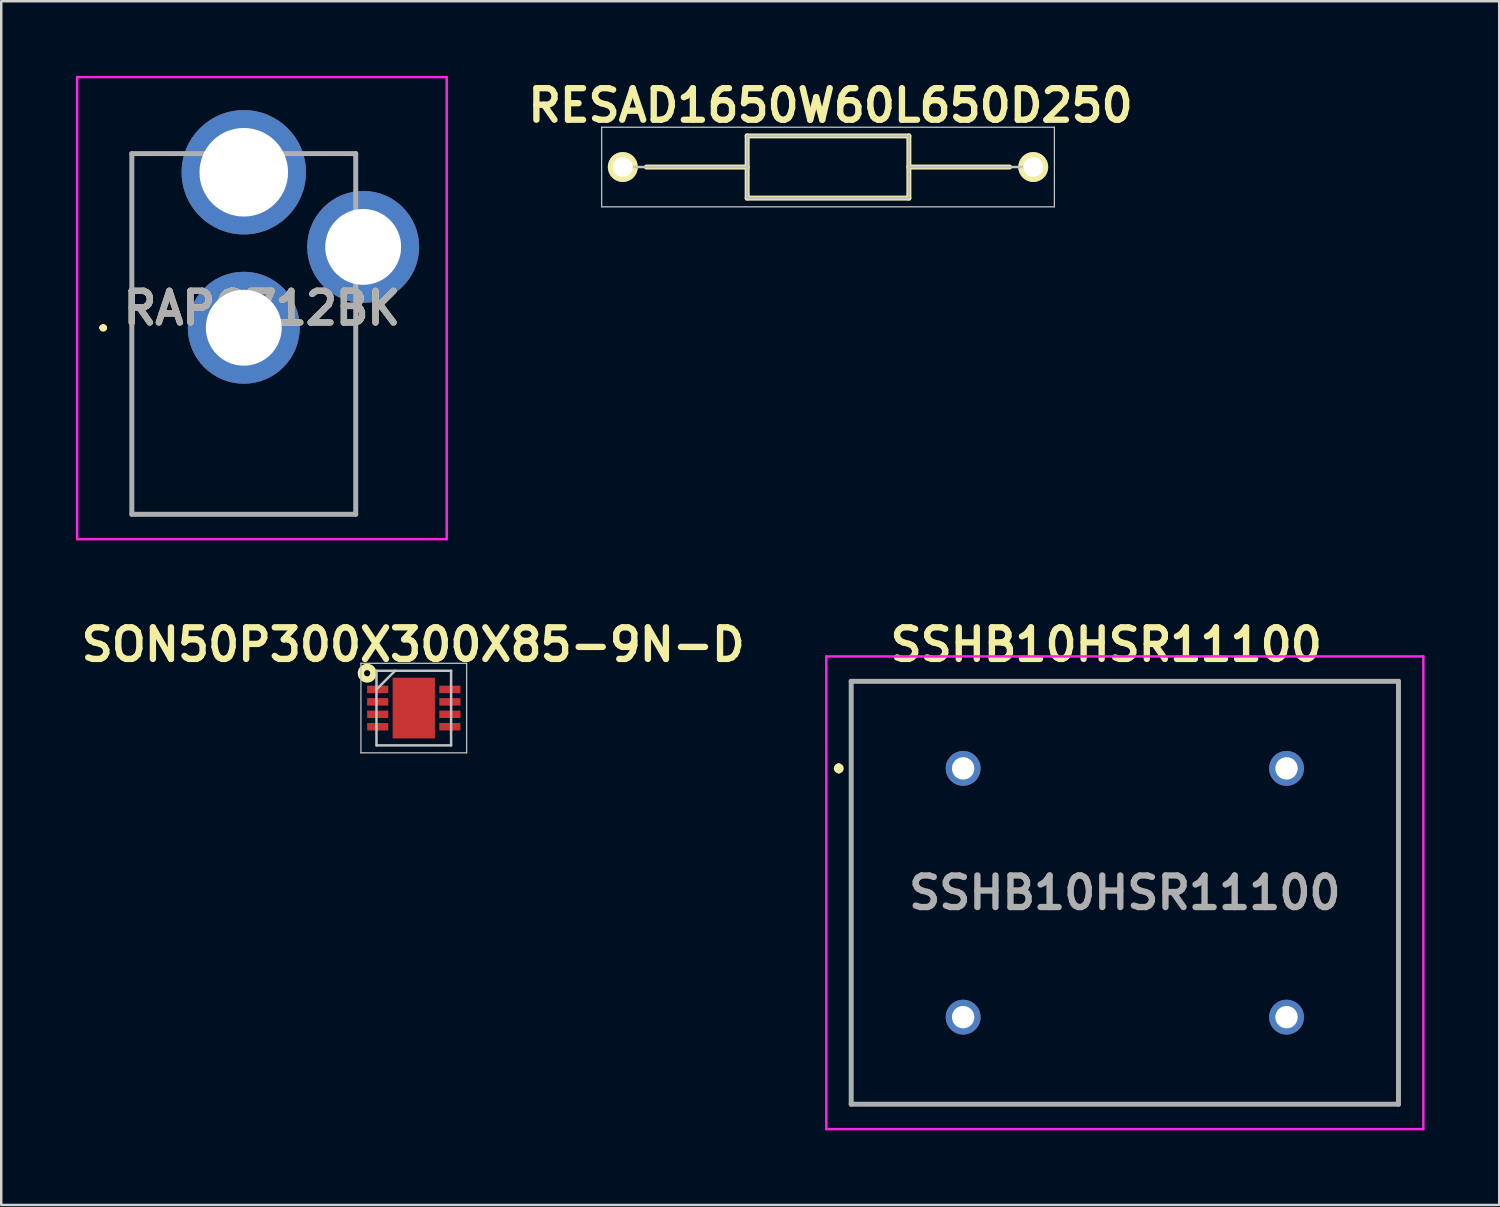
<source format=kicad_pcb>
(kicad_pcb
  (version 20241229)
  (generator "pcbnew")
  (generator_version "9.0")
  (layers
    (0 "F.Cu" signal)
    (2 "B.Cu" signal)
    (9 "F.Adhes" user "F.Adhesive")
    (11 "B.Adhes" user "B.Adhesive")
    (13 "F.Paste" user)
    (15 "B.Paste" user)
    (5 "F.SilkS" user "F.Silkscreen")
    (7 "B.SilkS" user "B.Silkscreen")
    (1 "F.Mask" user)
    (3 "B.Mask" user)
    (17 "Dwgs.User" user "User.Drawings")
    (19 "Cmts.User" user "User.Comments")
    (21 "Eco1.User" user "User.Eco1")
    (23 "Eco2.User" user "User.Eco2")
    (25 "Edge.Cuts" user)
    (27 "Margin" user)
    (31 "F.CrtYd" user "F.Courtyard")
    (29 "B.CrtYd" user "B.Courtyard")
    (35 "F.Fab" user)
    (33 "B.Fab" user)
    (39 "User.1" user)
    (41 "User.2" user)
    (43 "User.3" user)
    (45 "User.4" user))
  (footprint "RAPC712BK"
    (layer "F.Cu")
    (at 6.75 17.615)
    (property "Reference" "RAPC712BK" (at 0.728 -8.277 0) (layer "F.SilkS") (effects (font (size 1.27 1.27) (thickness 0.254))))
    (attr through_hole)
    (fp_line (start -5.7 -7.49) (end -5.7 -7.49) (stroke (width 0.2) (type solid)) (layer "F.SilkS"))
    (fp_line (start -5.7 -7.49) (end -5.7 -7.49) (stroke (width 0.2) (type solid)) (layer "F.SilkS"))
    (fp_line (start -5.6 -7.49) (end -5.6 -7.49) (stroke (width 0.2) (type solid)) (layer "F.SilkS"))
    (fp_line (start -4.5 -14.49) (end -4.5 -14.49) (stroke (width 0.1) (type solid)) (layer "F.SilkS"))
    (fp_line (start -4.5 -14.49) (end -4.5 -14.49) (stroke (width 0.1) (type solid)) (layer "F.SilkS"))
    (fp_line (start -4.5 -14.49) (end -4.5 0.01) (stroke (width 0.1) (type solid)) (layer "F.SilkS"))
    (fp_line (start -4.5 -14.49) (end -3.25 -14.49) (stroke (width 0.1) (type solid)) (layer "F.SilkS"))
    (fp_line (start -4.5 0.01) (end -4.5 -14.49) (stroke (width 0.1) (type solid)) (layer "F.SilkS"))
    (fp_line (start -4.5 0.01) (end -4.5 0.01) (stroke (width 0.1) (type solid)) (layer "F.SilkS"))
    (fp_line (start -4.5 0.01) (end -4.5 0.01) (stroke (width 0.1) (type solid)) (layer "F.SilkS"))
    (fp_line (start -4.5 0.01) (end 4.5 0.01) (stroke (width 0.1) (type solid)) (layer "F.SilkS"))
    (fp_line (start -3.25 -14.49) (end -4.5 -14.49) (stroke (width 0.1) (type solid)) (layer "F.SilkS"))
    (fp_line (start -3.25 -14.49) (end -3.25 -14.49) (stroke (width 0.1) (type solid)) (layer "F.SilkS"))
    (fp_line (start 3.5 -14.49) (end 3.5 -14.49) (stroke (width 0.1) (type solid)) (layer "F.SilkS"))
    (fp_line (start 3.5 -14.49) (end 4.5 -14.49) (stroke (width 0.1) (type solid)) (layer "F.SilkS"))
    (fp_line (start 4.5 -14.49) (end 3.5 -14.49) (stroke (width 0.1) (type solid)) (layer "F.SilkS"))
    (fp_line (start 4.5 -14.49) (end 4.5 -14.49) (stroke (width 0.1) (type solid)) (layer "F.SilkS"))
    (fp_line (start 4.5 -14.49) (end 4.5 -14.49) (stroke (width 0.1) (type solid)) (layer "F.SilkS"))
    (fp_line (start 4.5 -14.49) (end 4.5 -13.74) (stroke (width 0.1) (type solid)) (layer "F.SilkS"))
    (fp_line (start 4.5 -13.74) (end 4.5 -14.49) (stroke (width 0.1) (type solid)) (layer "F.SilkS"))
    (fp_line (start 4.5 -13.74) (end 4.5 -13.74) (stroke (width 0.1) (type solid)) (layer "F.SilkS"))
    (fp_line (start 4.5 -7.74) (end 4.5 -7.74) (stroke (width 0.1) (type solid)) (layer "F.SilkS"))
    (fp_line (start 4.5 -7.74) (end 4.5 0.01) (stroke (width 0.1) (type solid)) (layer "F.SilkS"))
    (fp_line (start 4.5 0.01) (end -4.5 0.01) (stroke (width 0.1) (type solid)) (layer "F.SilkS"))
    (fp_line (start 4.5 0.01) (end 4.5 -7.74) (stroke (width 0.1) (type solid)) (layer "F.SilkS"))
    (fp_line (start 4.5 0.01) (end 4.5 0.01) (stroke (width 0.1) (type solid)) (layer "F.SilkS"))
    (fp_line (start 4.5 0.01) (end 4.5 0.01) (stroke (width 0.1) (type solid)) (layer "F.SilkS"))
    (fp_arc (start -5.7 -7.49) (mid -5.65 -7.54) (end -5.6 -7.49) (stroke (width 0.2) (type solid)) (layer "F.SilkS"))
    (fp_arc (start -5.6 -7.49) (mid -5.65 -7.44) (end -5.7 -7.49) (stroke (width 0.2) (type solid)) (layer "F.SilkS"))
    (fp_arc (start -5.6 -7.49) (mid -5.65 -7.44) (end -5.7 -7.49) (stroke (width 0.2) (type solid)) (layer "F.SilkS"))
    (fp_line (start -6.7 -17.565) (end 8.157 -17.565) (stroke (width 0.1) (type solid)) (layer "F.CrtYd"))
    (fp_line (start -6.7 1.01) (end -6.7 -17.565) (stroke (width 0.1) (type solid)) (layer "F.CrtYd"))
    (fp_line (start 8.157 -17.565) (end 8.157 1.01) (stroke (width 0.1) (type solid)) (layer "F.CrtYd"))
    (fp_line (start 8.157 1.01) (end -6.7 1.01) (stroke (width 0.1) (type solid)) (layer "F.CrtYd"))
    (fp_line (start -4.5 -14.49) (end -4.5 0.01) (stroke (width 0.2) (type solid)) (layer "F.Fab"))
    (fp_line (start -4.5 0.01) (end 4.5 0.01) (stroke (width 0.2) (type solid)) (layer "F.Fab"))
    (fp_line (start 4.5 -14.49) (end -4.5 -14.49) (stroke (width 0.2) (type solid)) (layer "F.Fab"))
    (fp_line (start 4.5 0.01) (end 4.5 -14.49) (stroke (width 0.2) (type solid)) (layer "F.Fab"))
    (fp_text user "${REFERENCE}" (at 0.728 -8.277 0) (layer "F.Fab") (effects (font (size 1.27 1.27) (thickness 0.254))))
    (pad "1" thru_hole circle (at 0 -7.49) (size 4.5 4.5) (drill 3.05) (layers "*.Cu" "*.Mask"))
    (pad "2" thru_hole circle (at 0 -13.74) (size 5 5) (drill 3.56) (layers "*.Cu" "*.Mask"))
    (pad "3" thru_hole circle (at 4.8 -10.74) (size 4.5 4.5) (drill 3.05) (layers "*.Cu" "*.Mask")))
  (footprint "SON50P300X300X85-9N-D"
    (layer "F.Cu")
    (at 13.584 25.414)
    (property "Reference" "SON50P300X300X85-9N-D" (at -0.025 -2.55 0) (layer "F.SilkS") (effects (font (size 1.27 1.27) (thickness 0.254))))
    (attr smd)
    (fp_circle (center -1.875 -1.4) (end -1.75 -1.4) (stroke (width 0.254) (type solid)) (fill no) (layer "F.SilkS"))
    (fp_line (start -2.125 -1.8) (end 2.125 -1.8) (stroke (width 0.05) (type solid)) (layer "Dwgs.User"))
    (fp_line (start -2.125 1.8) (end -2.125 -1.8) (stroke (width 0.05) (type solid)) (layer "Dwgs.User"))
    (fp_line (start -1.5 -1.5) (end 1.5 -1.5) (stroke (width 0.1) (type solid)) (layer "Dwgs.User"))
    (fp_line (start -1.5 -0.75) (end -0.75 -1.5) (stroke (width 0.1) (type solid)) (layer "Dwgs.User"))
    (fp_line (start -1.5 1.5) (end -1.5 -1.5) (stroke (width 0.1) (type solid)) (layer "Dwgs.User"))
    (fp_line (start 1.5 -1.5) (end 1.5 1.5) (stroke (width 0.1) (type solid)) (layer "Dwgs.User"))
    (fp_line (start 1.5 1.5) (end -1.5 1.5) (stroke (width 0.1) (type solid)) (layer "Dwgs.User"))
    (fp_line (start 2.125 -1.8) (end 2.125 1.8) (stroke (width 0.05) (type solid)) (layer "Dwgs.User"))
    (fp_line (start 2.125 1.8) (end -2.125 1.8) (stroke (width 0.05) (type solid)) (layer "Dwgs.User"))
    (pad "1" smd rect (at -1.45 -0.75 90) (size 0.3 0.85) (layers "F.Cu" "F.Mask" "F.Paste"))
    (pad "2" smd rect (at -1.45 -0.25 90) (size 0.3 0.85) (layers "F.Cu" "F.Mask" "F.Paste"))
    (pad "3" smd rect (at -1.45 0.25 90) (size 0.3 0.85) (layers "F.Cu" "F.Mask" "F.Paste"))
    (pad "4" smd rect (at -1.45 0.75 90) (size 0.3 0.85) (layers "F.Cu" "F.Mask" "F.Paste"))
    (pad "5" smd rect (at 1.45 0.75 90) (size 0.3 0.85) (layers "F.Cu" "F.Mask" "F.Paste"))
    (pad "6" smd rect (at 1.45 0.25 90) (size 0.3 0.85) (layers "F.Cu" "F.Mask" "F.Paste"))
    (pad "7" smd rect (at 1.45 -0.25 90) (size 0.3 0.85) (layers "F.Cu" "F.Mask" "F.Paste"))
    (pad "8" smd rect (at 1.45 -0.75 90) (size 0.3 0.85) (layers "F.Cu" "F.Mask" "F.Paste"))
    (pad "9" smd rect (at 0 0) (size 1.7 2.44) (layers "F.Cu" "F.Mask" "F.Paste")))
  (footprint "SSHB10HSR11100"
    (layer "F.Cu")
    (at 35.668 27.839)
    (property "Reference" "SSHB10HSR11100" (at 5.75 -4.975 0) (layer "F.SilkS") (effects (font (size 1.27 1.27) (thickness 0.254))))
    (attr through_hole)
    (fp_line (start -5 -0.1) (end -5 -0.1) (stroke (width 0.2) (type solid)) (layer "F.SilkS"))
    (fp_line (start -5 0.1) (end -5 0.1) (stroke (width 0.2) (type solid)) (layer "F.SilkS"))
    (fp_line (start -4.5 -3.5) (end 17.5 -3.5) (stroke (width 0.1) (type solid)) (layer "F.SilkS"))
    (fp_line (start -4.5 13.5) (end -4.5 -3.5) (stroke (width 0.1) (type solid)) (layer "F.SilkS"))
    (fp_line (start 17.5 -3.5) (end 17.5 13.5) (stroke (width 0.1) (type solid)) (layer "F.SilkS"))
    (fp_line (start 17.5 13.5) (end -4.5 13.5) (stroke (width 0.1) (type solid)) (layer "F.SilkS"))
    (fp_arc (start -5 -0.1) (mid -4.9 0) (end -5 0.1) (stroke (width 0.2) (type solid)) (layer "F.SilkS"))
    (fp_arc (start -5 0.1) (mid -5.1 0) (end -5 -0.1) (stroke (width 0.2) (type solid)) (layer "F.SilkS"))
    (fp_line (start -5.5 -4.5) (end 18.5 -4.5) (stroke (width 0.1) (type solid)) (layer "F.CrtYd"))
    (fp_line (start -5.5 14.5) (end -5.5 -4.5) (stroke (width 0.1) (type solid)) (layer "F.CrtYd"))
    (fp_line (start 18.5 -4.5) (end 18.5 14.5) (stroke (width 0.1) (type solid)) (layer "F.CrtYd"))
    (fp_line (start 18.5 14.5) (end -5.5 14.5) (stroke (width 0.1) (type solid)) (layer "F.CrtYd"))
    (fp_line (start -4.5 -3.5) (end 17.5 -3.5) (stroke (width 0.2) (type solid)) (layer "F.Fab"))
    (fp_line (start -4.5 13.5) (end -4.5 -3.5) (stroke (width 0.2) (type solid)) (layer "F.Fab"))
    (fp_line (start 17.5 -3.5) (end 17.5 13.5) (stroke (width 0.2) (type solid)) (layer "F.Fab"))
    (fp_line (start 17.5 13.5) (end -4.5 13.5) (stroke (width 0.2) (type solid)) (layer "F.Fab"))
    (fp_text user "${REFERENCE}" (at 6.5 5 0) (layer "F.Fab") (effects (font (size 1.27 1.27) (thickness 0.254))))
    (pad "1" thru_hole circle (at 0 0) (size 1.4 1.4) (drill 0.9) (layers "*.Cu" "*.Mask"))
    (pad "2" thru_hole circle (at 0 10) (size 1.4 1.4) (drill 0.9) (layers "*.Cu" "*.Mask"))
    (pad "3" thru_hole circle (at 13 10) (size 1.4 1.4) (drill 0.9) (layers "*.Cu" "*.Mask"))
    (pad "4" thru_hole circle (at 13 0) (size 1.4 1.4) (drill 0.9) (layers "*.Cu" "*.Mask")))
  (footprint "RESAD1650W60L650D250"
    (layer "F.Cu")
    (at 21.986 3.664)
    (property "Reference" "RESAD1650W60L650D250" (at 8.35 -2.475 0) (layer "F.SilkS") (effects (font (size 1.27 1.27) (thickness 0.254))))
    (attr through_hole exclude_from_pos_files)
    (fp_line (start 0.95 0) (end 5 0) (stroke (width 0.2) (type solid)) (layer "F.SilkS"))
    (fp_line (start 5 -1.25) (end 11.5 -1.25) (stroke (width 0.2) (type solid)) (layer "F.SilkS"))
    (fp_line (start 5 1.25) (end 5 -1.25) (stroke (width 0.2) (type solid)) (layer "F.SilkS"))
    (fp_line (start 11.5 -1.25) (end 11.5 1.25) (stroke (width 0.2) (type solid)) (layer "F.SilkS"))
    (fp_line (start 11.5 0) (end 15.55 0) (stroke (width 0.2) (type solid)) (layer "F.SilkS"))
    (fp_line (start 11.5 1.25) (end 5 1.25) (stroke (width 0.2) (type solid)) (layer "F.SilkS"))
    (fp_line (start -0.85 -1.6) (end 17.35 -1.6) (stroke (width 0.05) (type solid)) (layer "Dwgs.User"))
    (fp_line (start -0.85 1.6) (end -0.85 -1.6) (stroke (width 0.05) (type solid)) (layer "Dwgs.User"))
    (fp_line (start 0 0) (end 5 0) (stroke (width 0.1) (type solid)) (layer "Dwgs.User"))
    (fp_line (start 5 -1.25) (end 11.5 -1.25) (stroke (width 0.1) (type solid)) (layer "Dwgs.User"))
    (fp_line (start 5 1.25) (end 5 -1.25) (stroke (width 0.1) (type solid)) (layer "Dwgs.User"))
    (fp_line (start 11.5 -1.25) (end 11.5 1.25) (stroke (width 0.1) (type solid)) (layer "Dwgs.User"))
    (fp_line (start 11.5 0) (end 16.5 0) (stroke (width 0.1) (type solid)) (layer "Dwgs.User"))
    (fp_line (start 11.5 1.25) (end 5 1.25) (stroke (width 0.1) (type solid)) (layer "Dwgs.User"))
    (fp_line (start 17.35 -1.6) (end 17.35 1.6) (stroke (width 0.05) (type solid)) (layer "Dwgs.User"))
    (fp_line (start 17.35 1.6) (end -0.85 1.6) (stroke (width 0.05) (type solid)) (layer "Dwgs.User"))
    (pad "1" thru_hole circle (at 0 0 90) (size 1.2 1.2) (drill 0.8) (layers "*.Cu" "*.Mask" "F.SilkS"))
    (pad "2" thru_hole circle (at 16.5 0 90) (size 1.2 1.2) (drill 0.8) (layers "*.Cu" "*.Mask" "F.SilkS")))
  (gr_rect
    (start -3 -3)
    (end 57.218 45.389)
    (stroke (width 0.1) (type default))
    (fill no)
    (layer "Edge.Cuts")))
</source>
